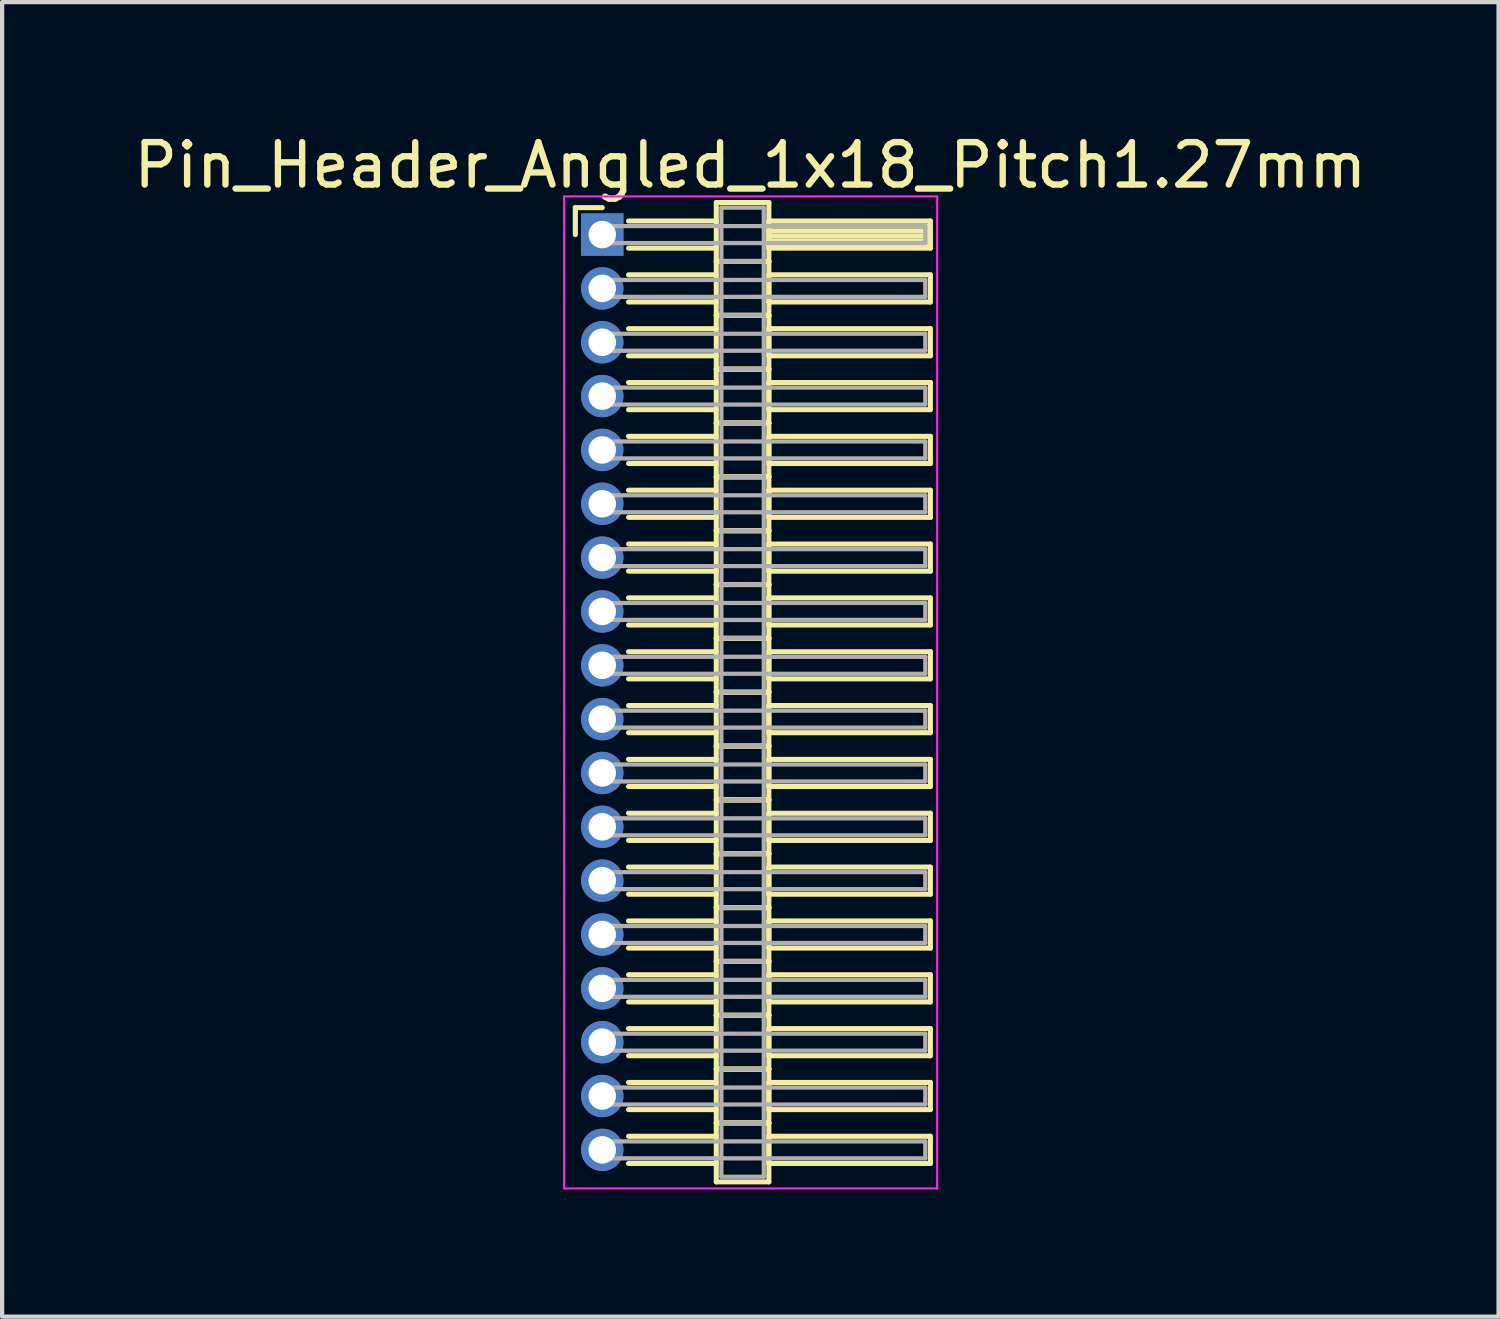
<source format=kicad_pcb>
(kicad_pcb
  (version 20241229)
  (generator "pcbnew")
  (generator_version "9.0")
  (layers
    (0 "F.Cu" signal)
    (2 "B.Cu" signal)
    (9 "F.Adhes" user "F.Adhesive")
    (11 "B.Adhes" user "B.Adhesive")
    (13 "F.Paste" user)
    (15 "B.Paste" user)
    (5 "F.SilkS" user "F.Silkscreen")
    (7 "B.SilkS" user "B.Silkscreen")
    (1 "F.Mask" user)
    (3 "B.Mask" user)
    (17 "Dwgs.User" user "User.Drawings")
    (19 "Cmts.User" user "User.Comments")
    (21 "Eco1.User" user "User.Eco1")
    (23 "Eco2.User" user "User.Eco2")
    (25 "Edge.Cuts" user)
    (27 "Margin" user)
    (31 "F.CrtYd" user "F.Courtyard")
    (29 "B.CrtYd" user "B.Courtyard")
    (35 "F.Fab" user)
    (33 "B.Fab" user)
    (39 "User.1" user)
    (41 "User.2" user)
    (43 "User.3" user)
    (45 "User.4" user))
  (footprint "Pin_Header_Angled_1x18_Pitch1.27mm"
    (layer "F.Cu")
    (at 11.156 2.483)
    (property "Reference" "Pin_Header_Angled_1x18_Pitch1.27mm" (at 3.493 -1.635 0) (layer "F.SilkS") (effects (font (size 1 1) (thickness 0.15))))
    (attr through_hole)
    (fp_line (start -0.635 -0.635) (end 0 -0.635) (stroke (width 0.12) (type solid)) (layer "F.SilkS"))
    (fp_line (start -0.635 0) (end -0.635 -0.635) (stroke (width 0.12) (type solid)) (layer "F.SilkS"))
    (fp_line (start 0.62 -0.32) (end 2.69 -0.32) (stroke (width 0.12) (type solid)) (layer "F.SilkS"))
    (fp_line (start 0.62 0.32) (end 2.69 0.32) (stroke (width 0.12) (type solid)) (layer "F.SilkS"))
    (fp_line (start 0.62 0.95) (end 2.69 0.95) (stroke (width 0.12) (type solid)) (layer "F.SilkS"))
    (fp_line (start 0.62 1.59) (end 2.69 1.59) (stroke (width 0.12) (type solid)) (layer "F.SilkS"))
    (fp_line (start 0.62 2.22) (end 2.69 2.22) (stroke (width 0.12) (type solid)) (layer "F.SilkS"))
    (fp_line (start 0.62 2.86) (end 2.69 2.86) (stroke (width 0.12) (type solid)) (layer "F.SilkS"))
    (fp_line (start 0.62 3.49) (end 2.69 3.49) (stroke (width 0.12) (type solid)) (layer "F.SilkS"))
    (fp_line (start 0.62 4.13) (end 2.69 4.13) (stroke (width 0.12) (type solid)) (layer "F.SilkS"))
    (fp_line (start 0.62 4.76) (end 2.69 4.76) (stroke (width 0.12) (type solid)) (layer "F.SilkS"))
    (fp_line (start 0.62 5.4) (end 2.69 5.4) (stroke (width 0.12) (type solid)) (layer "F.SilkS"))
    (fp_line (start 0.62 6.03) (end 2.69 6.03) (stroke (width 0.12) (type solid)) (layer "F.SilkS"))
    (fp_line (start 0.62 6.67) (end 2.69 6.67) (stroke (width 0.12) (type solid)) (layer "F.SilkS"))
    (fp_line (start 0.62 7.3) (end 2.69 7.3) (stroke (width 0.12) (type solid)) (layer "F.SilkS"))
    (fp_line (start 0.62 7.94) (end 2.69 7.94) (stroke (width 0.12) (type solid)) (layer "F.SilkS"))
    (fp_line (start 0.62 8.57) (end 2.69 8.57) (stroke (width 0.12) (type solid)) (layer "F.SilkS"))
    (fp_line (start 0.62 9.21) (end 2.69 9.21) (stroke (width 0.12) (type solid)) (layer "F.SilkS"))
    (fp_line (start 0.62 9.84) (end 2.69 9.84) (stroke (width 0.12) (type solid)) (layer "F.SilkS"))
    (fp_line (start 0.62 10.48) (end 2.69 10.48) (stroke (width 0.12) (type solid)) (layer "F.SilkS"))
    (fp_line (start 0.62 11.11) (end 2.69 11.11) (stroke (width 0.12) (type solid)) (layer "F.SilkS"))
    (fp_line (start 0.62 11.75) (end 2.69 11.75) (stroke (width 0.12) (type solid)) (layer "F.SilkS"))
    (fp_line (start 0.62 12.38) (end 2.69 12.38) (stroke (width 0.12) (type solid)) (layer "F.SilkS"))
    (fp_line (start 0.62 13.02) (end 2.69 13.02) (stroke (width 0.12) (type solid)) (layer "F.SilkS"))
    (fp_line (start 0.62 13.65) (end 2.69 13.65) (stroke (width 0.12) (type solid)) (layer "F.SilkS"))
    (fp_line (start 0.62 14.29) (end 2.69 14.29) (stroke (width 0.12) (type solid)) (layer "F.SilkS"))
    (fp_line (start 0.62 14.92) (end 2.69 14.92) (stroke (width 0.12) (type solid)) (layer "F.SilkS"))
    (fp_line (start 0.62 15.56) (end 2.69 15.56) (stroke (width 0.12) (type solid)) (layer "F.SilkS"))
    (fp_line (start 0.62 16.19) (end 2.69 16.19) (stroke (width 0.12) (type solid)) (layer "F.SilkS"))
    (fp_line (start 0.62 16.83) (end 2.69 16.83) (stroke (width 0.12) (type solid)) (layer "F.SilkS"))
    (fp_line (start 0.62 17.46) (end 2.69 17.46) (stroke (width 0.12) (type solid)) (layer "F.SilkS"))
    (fp_line (start 0.62 18.1) (end 2.69 18.1) (stroke (width 0.12) (type solid)) (layer "F.SilkS"))
    (fp_line (start 0.62 18.73) (end 2.69 18.73) (stroke (width 0.12) (type solid)) (layer "F.SilkS"))
    (fp_line (start 0.62 19.37) (end 2.69 19.37) (stroke (width 0.12) (type solid)) (layer "F.SilkS"))
    (fp_line (start 0.62 20) (end 2.69 20) (stroke (width 0.12) (type solid)) (layer "F.SilkS"))
    (fp_line (start 0.62 20.64) (end 2.69 20.64) (stroke (width 0.12) (type solid)) (layer "F.SilkS"))
    (fp_line (start 0.62 21.27) (end 2.69 21.27) (stroke (width 0.12) (type solid)) (layer "F.SilkS"))
    (fp_line (start 0.62 21.91) (end 2.69 21.91) (stroke (width 0.12) (type solid)) (layer "F.SilkS"))
    (fp_line (start 2.69 -0.755) (end 2.69 0.635) (stroke (width 0.12) (type solid)) (layer "F.SilkS"))
    (fp_line (start 2.69 0.635) (end 2.69 1.905) (stroke (width 0.12) (type solid)) (layer "F.SilkS"))
    (fp_line (start 2.69 0.635) (end 3.93 0.635) (stroke (width 0.12) (type solid)) (layer "F.SilkS"))
    (fp_line (start 2.69 1.905) (end 2.69 3.175) (stroke (width 0.12) (type solid)) (layer "F.SilkS"))
    (fp_line (start 2.69 1.905) (end 3.93 1.905) (stroke (width 0.12) (type solid)) (layer "F.SilkS"))
    (fp_line (start 2.69 3.175) (end 2.69 4.445) (stroke (width 0.12) (type solid)) (layer "F.SilkS"))
    (fp_line (start 2.69 3.175) (end 3.93 3.175) (stroke (width 0.12) (type solid)) (layer "F.SilkS"))
    (fp_line (start 2.69 4.445) (end 2.69 5.715) (stroke (width 0.12) (type solid)) (layer "F.SilkS"))
    (fp_line (start 2.69 4.445) (end 3.93 4.445) (stroke (width 0.12) (type solid)) (layer "F.SilkS"))
    (fp_line (start 2.69 5.715) (end 2.69 6.985) (stroke (width 0.12) (type solid)) (layer "F.SilkS"))
    (fp_line (start 2.69 5.715) (end 3.93 5.715) (stroke (width 0.12) (type solid)) (layer "F.SilkS"))
    (fp_line (start 2.69 6.985) (end 2.69 8.255) (stroke (width 0.12) (type solid)) (layer "F.SilkS"))
    (fp_line (start 2.69 6.985) (end 3.93 6.985) (stroke (width 0.12) (type solid)) (layer "F.SilkS"))
    (fp_line (start 2.69 8.255) (end 2.69 9.525) (stroke (width 0.12) (type solid)) (layer "F.SilkS"))
    (fp_line (start 2.69 8.255) (end 3.93 8.255) (stroke (width 0.12) (type solid)) (layer "F.SilkS"))
    (fp_line (start 2.69 9.525) (end 2.69 10.795) (stroke (width 0.12) (type solid)) (layer "F.SilkS"))
    (fp_line (start 2.69 9.525) (end 3.93 9.525) (stroke (width 0.12) (type solid)) (layer "F.SilkS"))
    (fp_line (start 2.69 10.795) (end 2.69 12.065) (stroke (width 0.12) (type solid)) (layer "F.SilkS"))
    (fp_line (start 2.69 10.795) (end 3.93 10.795) (stroke (width 0.12) (type solid)) (layer "F.SilkS"))
    (fp_line (start 2.69 12.065) (end 2.69 13.335) (stroke (width 0.12) (type solid)) (layer "F.SilkS"))
    (fp_line (start 2.69 12.065) (end 3.93 12.065) (stroke (width 0.12) (type solid)) (layer "F.SilkS"))
    (fp_line (start 2.69 13.335) (end 2.69 14.605) (stroke (width 0.12) (type solid)) (layer "F.SilkS"))
    (fp_line (start 2.69 13.335) (end 3.93 13.335) (stroke (width 0.12) (type solid)) (layer "F.SilkS"))
    (fp_line (start 2.69 14.605) (end 2.69 15.875) (stroke (width 0.12) (type solid)) (layer "F.SilkS"))
    (fp_line (start 2.69 14.605) (end 3.93 14.605) (stroke (width 0.12) (type solid)) (layer "F.SilkS"))
    (fp_line (start 2.69 15.875) (end 2.69 17.145) (stroke (width 0.12) (type solid)) (layer "F.SilkS"))
    (fp_line (start 2.69 15.875) (end 3.93 15.875) (stroke (width 0.12) (type solid)) (layer "F.SilkS"))
    (fp_line (start 2.69 17.145) (end 2.69 18.415) (stroke (width 0.12) (type solid)) (layer "F.SilkS"))
    (fp_line (start 2.69 17.145) (end 3.93 17.145) (stroke (width 0.12) (type solid)) (layer "F.SilkS"))
    (fp_line (start 2.69 18.415) (end 2.69 19.685) (stroke (width 0.12) (type solid)) (layer "F.SilkS"))
    (fp_line (start 2.69 18.415) (end 3.93 18.415) (stroke (width 0.12) (type solid)) (layer "F.SilkS"))
    (fp_line (start 2.69 19.685) (end 2.69 20.955) (stroke (width 0.12) (type solid)) (layer "F.SilkS"))
    (fp_line (start 2.69 19.685) (end 3.93 19.685) (stroke (width 0.12) (type solid)) (layer "F.SilkS"))
    (fp_line (start 2.69 20.955) (end 2.69 22.345) (stroke (width 0.12) (type solid)) (layer "F.SilkS"))
    (fp_line (start 2.69 20.955) (end 3.93 20.955) (stroke (width 0.12) (type solid)) (layer "F.SilkS"))
    (fp_line (start 2.69 22.345) (end 3.93 22.345) (stroke (width 0.12) (type solid)) (layer "F.SilkS"))
    (fp_line (start 3.93 -0.755) (end 2.69 -0.755) (stroke (width 0.12) (type solid)) (layer "F.SilkS"))
    (fp_line (start 3.93 -0.32) (end 3.93 0.32) (stroke (width 0.12) (type solid)) (layer "F.SilkS"))
    (fp_line (start 3.93 -0.2) (end 7.74 -0.2) (stroke (width 0.12) (type solid)) (layer "F.SilkS"))
    (fp_line (start 3.93 -0.08) (end 7.74 -0.08) (stroke (width 0.12) (type solid)) (layer "F.SilkS"))
    (fp_line (start 3.93 0.04) (end 7.74 0.04) (stroke (width 0.12) (type solid)) (layer "F.SilkS"))
    (fp_line (start 3.93 0.16) (end 7.74 0.16) (stroke (width 0.12) (type solid)) (layer "F.SilkS"))
    (fp_line (start 3.93 0.28) (end 7.74 0.28) (stroke (width 0.12) (type solid)) (layer "F.SilkS"))
    (fp_line (start 3.93 0.32) (end 7.74 0.32) (stroke (width 0.12) (type solid)) (layer "F.SilkS"))
    (fp_line (start 3.93 0.635) (end 2.69 0.635) (stroke (width 0.12) (type solid)) (layer "F.SilkS"))
    (fp_line (start 3.93 0.635) (end 3.93 -0.755) (stroke (width 0.12) (type solid)) (layer "F.SilkS"))
    (fp_line (start 3.93 0.95) (end 3.93 1.59) (stroke (width 0.12) (type solid)) (layer "F.SilkS"))
    (fp_line (start 3.93 1.59) (end 7.74 1.59) (stroke (width 0.12) (type solid)) (layer "F.SilkS"))
    (fp_line (start 3.93 1.905) (end 2.69 1.905) (stroke (width 0.12) (type solid)) (layer "F.SilkS"))
    (fp_line (start 3.93 1.905) (end 3.93 0.635) (stroke (width 0.12) (type solid)) (layer "F.SilkS"))
    (fp_line (start 3.93 2.22) (end 3.93 2.86) (stroke (width 0.12) (type solid)) (layer "F.SilkS"))
    (fp_line (start 3.93 2.86) (end 7.74 2.86) (stroke (width 0.12) (type solid)) (layer "F.SilkS"))
    (fp_line (start 3.93 3.175) (end 2.69 3.175) (stroke (width 0.12) (type solid)) (layer "F.SilkS"))
    (fp_line (start 3.93 3.175) (end 3.93 1.905) (stroke (width 0.12) (type solid)) (layer "F.SilkS"))
    (fp_line (start 3.93 3.49) (end 3.93 4.13) (stroke (width 0.12) (type solid)) (layer "F.SilkS"))
    (fp_line (start 3.93 4.13) (end 7.74 4.13) (stroke (width 0.12) (type solid)) (layer "F.SilkS"))
    (fp_line (start 3.93 4.445) (end 2.69 4.445) (stroke (width 0.12) (type solid)) (layer "F.SilkS"))
    (fp_line (start 3.93 4.445) (end 3.93 3.175) (stroke (width 0.12) (type solid)) (layer "F.SilkS"))
    (fp_line (start 3.93 4.76) (end 3.93 5.4) (stroke (width 0.12) (type solid)) (layer "F.SilkS"))
    (fp_line (start 3.93 5.4) (end 7.74 5.4) (stroke (width 0.12) (type solid)) (layer "F.SilkS"))
    (fp_line (start 3.93 5.715) (end 2.69 5.715) (stroke (width 0.12) (type solid)) (layer "F.SilkS"))
    (fp_line (start 3.93 5.715) (end 3.93 4.445) (stroke (width 0.12) (type solid)) (layer "F.SilkS"))
    (fp_line (start 3.93 6.03) (end 3.93 6.67) (stroke (width 0.12) (type solid)) (layer "F.SilkS"))
    (fp_line (start 3.93 6.67) (end 7.74 6.67) (stroke (width 0.12) (type solid)) (layer "F.SilkS"))
    (fp_line (start 3.93 6.985) (end 2.69 6.985) (stroke (width 0.12) (type solid)) (layer "F.SilkS"))
    (fp_line (start 3.93 6.985) (end 3.93 5.715) (stroke (width 0.12) (type solid)) (layer "F.SilkS"))
    (fp_line (start 3.93 7.3) (end 3.93 7.94) (stroke (width 0.12) (type solid)) (layer "F.SilkS"))
    (fp_line (start 3.93 7.94) (end 7.74 7.94) (stroke (width 0.12) (type solid)) (layer "F.SilkS"))
    (fp_line (start 3.93 8.255) (end 2.69 8.255) (stroke (width 0.12) (type solid)) (layer "F.SilkS"))
    (fp_line (start 3.93 8.255) (end 3.93 6.985) (stroke (width 0.12) (type solid)) (layer "F.SilkS"))
    (fp_line (start 3.93 8.57) (end 3.93 9.21) (stroke (width 0.12) (type solid)) (layer "F.SilkS"))
    (fp_line (start 3.93 9.21) (end 7.74 9.21) (stroke (width 0.12) (type solid)) (layer "F.SilkS"))
    (fp_line (start 3.93 9.525) (end 2.69 9.525) (stroke (width 0.12) (type solid)) (layer "F.SilkS"))
    (fp_line (start 3.93 9.525) (end 3.93 8.255) (stroke (width 0.12) (type solid)) (layer "F.SilkS"))
    (fp_line (start 3.93 9.84) (end 3.93 10.48) (stroke (width 0.12) (type solid)) (layer "F.SilkS"))
    (fp_line (start 3.93 10.48) (end 7.74 10.48) (stroke (width 0.12) (type solid)) (layer "F.SilkS"))
    (fp_line (start 3.93 10.795) (end 2.69 10.795) (stroke (width 0.12) (type solid)) (layer "F.SilkS"))
    (fp_line (start 3.93 10.795) (end 3.93 9.525) (stroke (width 0.12) (type solid)) (layer "F.SilkS"))
    (fp_line (start 3.93 11.11) (end 3.93 11.75) (stroke (width 0.12) (type solid)) (layer "F.SilkS"))
    (fp_line (start 3.93 11.75) (end 7.74 11.75) (stroke (width 0.12) (type solid)) (layer "F.SilkS"))
    (fp_line (start 3.93 12.065) (end 2.69 12.065) (stroke (width 0.12) (type solid)) (layer "F.SilkS"))
    (fp_line (start 3.93 12.065) (end 3.93 10.795) (stroke (width 0.12) (type solid)) (layer "F.SilkS"))
    (fp_line (start 3.93 12.38) (end 3.93 13.02) (stroke (width 0.12) (type solid)) (layer "F.SilkS"))
    (fp_line (start 3.93 13.02) (end 7.74 13.02) (stroke (width 0.12) (type solid)) (layer "F.SilkS"))
    (fp_line (start 3.93 13.335) (end 2.69 13.335) (stroke (width 0.12) (type solid)) (layer "F.SilkS"))
    (fp_line (start 3.93 13.335) (end 3.93 12.065) (stroke (width 0.12) (type solid)) (layer "F.SilkS"))
    (fp_line (start 3.93 13.65) (end 3.93 14.29) (stroke (width 0.12) (type solid)) (layer "F.SilkS"))
    (fp_line (start 3.93 14.29) (end 7.74 14.29) (stroke (width 0.12) (type solid)) (layer "F.SilkS"))
    (fp_line (start 3.93 14.605) (end 2.69 14.605) (stroke (width 0.12) (type solid)) (layer "F.SilkS"))
    (fp_line (start 3.93 14.605) (end 3.93 13.335) (stroke (width 0.12) (type solid)) (layer "F.SilkS"))
    (fp_line (start 3.93 14.92) (end 3.93 15.56) (stroke (width 0.12) (type solid)) (layer "F.SilkS"))
    (fp_line (start 3.93 15.56) (end 7.74 15.56) (stroke (width 0.12) (type solid)) (layer "F.SilkS"))
    (fp_line (start 3.93 15.875) (end 2.69 15.875) (stroke (width 0.12) (type solid)) (layer "F.SilkS"))
    (fp_line (start 3.93 15.875) (end 3.93 14.605) (stroke (width 0.12) (type solid)) (layer "F.SilkS"))
    (fp_line (start 3.93 16.19) (end 3.93 16.83) (stroke (width 0.12) (type solid)) (layer "F.SilkS"))
    (fp_line (start 3.93 16.83) (end 7.74 16.83) (stroke (width 0.12) (type solid)) (layer "F.SilkS"))
    (fp_line (start 3.93 17.145) (end 2.69 17.145) (stroke (width 0.12) (type solid)) (layer "F.SilkS"))
    (fp_line (start 3.93 17.145) (end 3.93 15.875) (stroke (width 0.12) (type solid)) (layer "F.SilkS"))
    (fp_line (start 3.93 17.46) (end 3.93 18.1) (stroke (width 0.12) (type solid)) (layer "F.SilkS"))
    (fp_line (start 3.93 18.1) (end 7.74 18.1) (stroke (width 0.12) (type solid)) (layer "F.SilkS"))
    (fp_line (start 3.93 18.415) (end 2.69 18.415) (stroke (width 0.12) (type solid)) (layer "F.SilkS"))
    (fp_line (start 3.93 18.415) (end 3.93 17.145) (stroke (width 0.12) (type solid)) (layer "F.SilkS"))
    (fp_line (start 3.93 18.73) (end 3.93 19.37) (stroke (width 0.12) (type solid)) (layer "F.SilkS"))
    (fp_line (start 3.93 19.37) (end 7.74 19.37) (stroke (width 0.12) (type solid)) (layer "F.SilkS"))
    (fp_line (start 3.93 19.685) (end 2.69 19.685) (stroke (width 0.12) (type solid)) (layer "F.SilkS"))
    (fp_line (start 3.93 19.685) (end 3.93 18.415) (stroke (width 0.12) (type solid)) (layer "F.SilkS"))
    (fp_line (start 3.93 20) (end 3.93 20.64) (stroke (width 0.12) (type solid)) (layer "F.SilkS"))
    (fp_line (start 3.93 20.64) (end 7.74 20.64) (stroke (width 0.12) (type solid)) (layer "F.SilkS"))
    (fp_line (start 3.93 20.955) (end 2.69 20.955) (stroke (width 0.12) (type solid)) (layer "F.SilkS"))
    (fp_line (start 3.93 20.955) (end 3.93 19.685) (stroke (width 0.12) (type solid)) (layer "F.SilkS"))
    (fp_line (start 3.93 21.27) (end 3.93 21.91) (stroke (width 0.12) (type solid)) (layer "F.SilkS"))
    (fp_line (start 3.93 21.91) (end 7.74 21.91) (stroke (width 0.12) (type solid)) (layer "F.SilkS"))
    (fp_line (start 3.93 22.345) (end 3.93 20.955) (stroke (width 0.12) (type solid)) (layer "F.SilkS"))
    (fp_line (start 7.74 -0.32) (end 3.93 -0.32) (stroke (width 0.12) (type solid)) (layer "F.SilkS"))
    (fp_line (start 7.74 0.32) (end 7.74 -0.32) (stroke (width 0.12) (type solid)) (layer "F.SilkS"))
    (fp_line (start 7.74 0.95) (end 3.93 0.95) (stroke (width 0.12) (type solid)) (layer "F.SilkS"))
    (fp_line (start 7.74 1.59) (end 7.74 0.95) (stroke (width 0.12) (type solid)) (layer "F.SilkS"))
    (fp_line (start 7.74 2.22) (end 3.93 2.22) (stroke (width 0.12) (type solid)) (layer "F.SilkS"))
    (fp_line (start 7.74 2.86) (end 7.74 2.22) (stroke (width 0.12) (type solid)) (layer "F.SilkS"))
    (fp_line (start 7.74 3.49) (end 3.93 3.49) (stroke (width 0.12) (type solid)) (layer "F.SilkS"))
    (fp_line (start 7.74 4.13) (end 7.74 3.49) (stroke (width 0.12) (type solid)) (layer "F.SilkS"))
    (fp_line (start 7.74 4.76) (end 3.93 4.76) (stroke (width 0.12) (type solid)) (layer "F.SilkS"))
    (fp_line (start 7.74 5.4) (end 7.74 4.76) (stroke (width 0.12) (type solid)) (layer "F.SilkS"))
    (fp_line (start 7.74 6.03) (end 3.93 6.03) (stroke (width 0.12) (type solid)) (layer "F.SilkS"))
    (fp_line (start 7.74 6.67) (end 7.74 6.03) (stroke (width 0.12) (type solid)) (layer "F.SilkS"))
    (fp_line (start 7.74 7.3) (end 3.93 7.3) (stroke (width 0.12) (type solid)) (layer "F.SilkS"))
    (fp_line (start 7.74 7.94) (end 7.74 7.3) (stroke (width 0.12) (type solid)) (layer "F.SilkS"))
    (fp_line (start 7.74 8.57) (end 3.93 8.57) (stroke (width 0.12) (type solid)) (layer "F.SilkS"))
    (fp_line (start 7.74 9.21) (end 7.74 8.57) (stroke (width 0.12) (type solid)) (layer "F.SilkS"))
    (fp_line (start 7.74 9.84) (end 3.93 9.84) (stroke (width 0.12) (type solid)) (layer "F.SilkS"))
    (fp_line (start 7.74 10.48) (end 7.74 9.84) (stroke (width 0.12) (type solid)) (layer "F.SilkS"))
    (fp_line (start 7.74 11.11) (end 3.93 11.11) (stroke (width 0.12) (type solid)) (layer "F.SilkS"))
    (fp_line (start 7.74 11.75) (end 7.74 11.11) (stroke (width 0.12) (type solid)) (layer "F.SilkS"))
    (fp_line (start 7.74 12.38) (end 3.93 12.38) (stroke (width 0.12) (type solid)) (layer "F.SilkS"))
    (fp_line (start 7.74 13.02) (end 7.74 12.38) (stroke (width 0.12) (type solid)) (layer "F.SilkS"))
    (fp_line (start 7.74 13.65) (end 3.93 13.65) (stroke (width 0.12) (type solid)) (layer "F.SilkS"))
    (fp_line (start 7.74 14.29) (end 7.74 13.65) (stroke (width 0.12) (type solid)) (layer "F.SilkS"))
    (fp_line (start 7.74 14.92) (end 3.93 14.92) (stroke (width 0.12) (type solid)) (layer "F.SilkS"))
    (fp_line (start 7.74 15.56) (end 7.74 14.92) (stroke (width 0.12) (type solid)) (layer "F.SilkS"))
    (fp_line (start 7.74 16.19) (end 3.93 16.19) (stroke (width 0.12) (type solid)) (layer "F.SilkS"))
    (fp_line (start 7.74 16.83) (end 7.74 16.19) (stroke (width 0.12) (type solid)) (layer "F.SilkS"))
    (fp_line (start 7.74 17.46) (end 3.93 17.46) (stroke (width 0.12) (type solid)) (layer "F.SilkS"))
    (fp_line (start 7.74 18.1) (end 7.74 17.46) (stroke (width 0.12) (type solid)) (layer "F.SilkS"))
    (fp_line (start 7.74 18.73) (end 3.93 18.73) (stroke (width 0.12) (type solid)) (layer "F.SilkS"))
    (fp_line (start 7.74 19.37) (end 7.74 18.73) (stroke (width 0.12) (type solid)) (layer "F.SilkS"))
    (fp_line (start 7.74 20) (end 3.93 20) (stroke (width 0.12) (type solid)) (layer "F.SilkS"))
    (fp_line (start 7.74 20.64) (end 7.74 20) (stroke (width 0.12) (type solid)) (layer "F.SilkS"))
    (fp_line (start 7.74 21.27) (end 3.93 21.27) (stroke (width 0.12) (type solid)) (layer "F.SilkS"))
    (fp_line (start 7.74 21.91) (end 7.74 21.27) (stroke (width 0.12) (type solid)) (layer "F.SilkS"))
    (fp_line (start -0.9 -0.9) (end -0.9 22.5) (stroke (width 0.05) (type solid)) (layer "F.CrtYd"))
    (fp_line (start -0.9 22.5) (end 7.9 22.5) (stroke (width 0.05) (type solid)) (layer "F.CrtYd"))
    (fp_line (start 7.9 -0.9) (end -0.9 -0.9) (stroke (width 0.05) (type solid)) (layer "F.CrtYd"))
    (fp_line (start 7.9 22.5) (end 7.9 -0.9) (stroke (width 0.05) (type solid)) (layer "F.CrtYd"))
    (fp_line (start 0 -0.2) (end 0 0.2) (stroke (width 0.1) (type solid)) (layer "F.Fab"))
    (fp_line (start 0 0.2) (end 7.62 0.2) (stroke (width 0.1) (type solid)) (layer "F.Fab"))
    (fp_line (start 0 1.07) (end 0 1.47) (stroke (width 0.1) (type solid)) (layer "F.Fab"))
    (fp_line (start 0 1.47) (end 7.62 1.47) (stroke (width 0.1) (type solid)) (layer "F.Fab"))
    (fp_line (start 0 2.34) (end 0 2.74) (stroke (width 0.1) (type solid)) (layer "F.Fab"))
    (fp_line (start 0 2.74) (end 7.62 2.74) (stroke (width 0.1) (type solid)) (layer "F.Fab"))
    (fp_line (start 0 3.61) (end 0 4.01) (stroke (width 0.1) (type solid)) (layer "F.Fab"))
    (fp_line (start 0 4.01) (end 7.62 4.01) (stroke (width 0.1) (type solid)) (layer "F.Fab"))
    (fp_line (start 0 4.88) (end 0 5.28) (stroke (width 0.1) (type solid)) (layer "F.Fab"))
    (fp_line (start 0 5.28) (end 7.62 5.28) (stroke (width 0.1) (type solid)) (layer "F.Fab"))
    (fp_line (start 0 6.15) (end 0 6.55) (stroke (width 0.1) (type solid)) (layer "F.Fab"))
    (fp_line (start 0 6.55) (end 7.62 6.55) (stroke (width 0.1) (type solid)) (layer "F.Fab"))
    (fp_line (start 0 7.42) (end 0 7.82) (stroke (width 0.1) (type solid)) (layer "F.Fab"))
    (fp_line (start 0 7.82) (end 7.62 7.82) (stroke (width 0.1) (type solid)) (layer "F.Fab"))
    (fp_line (start 0 8.69) (end 0 9.09) (stroke (width 0.1) (type solid)) (layer "F.Fab"))
    (fp_line (start 0 9.09) (end 7.62 9.09) (stroke (width 0.1) (type solid)) (layer "F.Fab"))
    (fp_line (start 0 9.96) (end 0 10.36) (stroke (width 0.1) (type solid)) (layer "F.Fab"))
    (fp_line (start 0 10.36) (end 7.62 10.36) (stroke (width 0.1) (type solid)) (layer "F.Fab"))
    (fp_line (start 0 11.23) (end 0 11.63) (stroke (width 0.1) (type solid)) (layer "F.Fab"))
    (fp_line (start 0 11.63) (end 7.62 11.63) (stroke (width 0.1) (type solid)) (layer "F.Fab"))
    (fp_line (start 0 12.5) (end 0 12.9) (stroke (width 0.1) (type solid)) (layer "F.Fab"))
    (fp_line (start 0 12.9) (end 7.62 12.9) (stroke (width 0.1) (type solid)) (layer "F.Fab"))
    (fp_line (start 0 13.77) (end 0 14.17) (stroke (width 0.1) (type solid)) (layer "F.Fab"))
    (fp_line (start 0 14.17) (end 7.62 14.17) (stroke (width 0.1) (type solid)) (layer "F.Fab"))
    (fp_line (start 0 15.04) (end 0 15.44) (stroke (width 0.1) (type solid)) (layer "F.Fab"))
    (fp_line (start 0 15.44) (end 7.62 15.44) (stroke (width 0.1) (type solid)) (layer "F.Fab"))
    (fp_line (start 0 16.31) (end 0 16.71) (stroke (width 0.1) (type solid)) (layer "F.Fab"))
    (fp_line (start 0 16.71) (end 7.62 16.71) (stroke (width 0.1) (type solid)) (layer "F.Fab"))
    (fp_line (start 0 17.58) (end 0 17.98) (stroke (width 0.1) (type solid)) (layer "F.Fab"))
    (fp_line (start 0 17.98) (end 7.62 17.98) (stroke (width 0.1) (type solid)) (layer "F.Fab"))
    (fp_line (start 0 18.85) (end 0 19.25) (stroke (width 0.1) (type solid)) (layer "F.Fab"))
    (fp_line (start 0 19.25) (end 7.62 19.25) (stroke (width 0.1) (type solid)) (layer "F.Fab"))
    (fp_line (start 0 20.12) (end 0 20.52) (stroke (width 0.1) (type solid)) (layer "F.Fab"))
    (fp_line (start 0 20.52) (end 7.62 20.52) (stroke (width 0.1) (type solid)) (layer "F.Fab"))
    (fp_line (start 0 21.39) (end 0 21.79) (stroke (width 0.1) (type solid)) (layer "F.Fab"))
    (fp_line (start 0 21.79) (end 7.62 21.79) (stroke (width 0.1) (type solid)) (layer "F.Fab"))
    (fp_line (start 2.81 -0.635) (end 2.81 0.635) (stroke (width 0.1) (type solid)) (layer "F.Fab"))
    (fp_line (start 2.81 0.635) (end 2.81 1.905) (stroke (width 0.1) (type solid)) (layer "F.Fab"))
    (fp_line (start 2.81 0.635) (end 3.81 0.635) (stroke (width 0.1) (type solid)) (layer "F.Fab"))
    (fp_line (start 2.81 1.905) (end 2.81 3.175) (stroke (width 0.1) (type solid)) (layer "F.Fab"))
    (fp_line (start 2.81 1.905) (end 3.81 1.905) (stroke (width 0.1) (type solid)) (layer "F.Fab"))
    (fp_line (start 2.81 3.175) (end 2.81 4.445) (stroke (width 0.1) (type solid)) (layer "F.Fab"))
    (fp_line (start 2.81 3.175) (end 3.81 3.175) (stroke (width 0.1) (type solid)) (layer "F.Fab"))
    (fp_line (start 2.81 4.445) (end 2.81 5.715) (stroke (width 0.1) (type solid)) (layer "F.Fab"))
    (fp_line (start 2.81 4.445) (end 3.81 4.445) (stroke (width 0.1) (type solid)) (layer "F.Fab"))
    (fp_line (start 2.81 5.715) (end 2.81 6.985) (stroke (width 0.1) (type solid)) (layer "F.Fab"))
    (fp_line (start 2.81 5.715) (end 3.81 5.715) (stroke (width 0.1) (type solid)) (layer "F.Fab"))
    (fp_line (start 2.81 6.985) (end 2.81 8.255) (stroke (width 0.1) (type solid)) (layer "F.Fab"))
    (fp_line (start 2.81 6.985) (end 3.81 6.985) (stroke (width 0.1) (type solid)) (layer "F.Fab"))
    (fp_line (start 2.81 8.255) (end 2.81 9.525) (stroke (width 0.1) (type solid)) (layer "F.Fab"))
    (fp_line (start 2.81 8.255) (end 3.81 8.255) (stroke (width 0.1) (type solid)) (layer "F.Fab"))
    (fp_line (start 2.81 9.525) (end 2.81 10.795) (stroke (width 0.1) (type solid)) (layer "F.Fab"))
    (fp_line (start 2.81 9.525) (end 3.81 9.525) (stroke (width 0.1) (type solid)) (layer "F.Fab"))
    (fp_line (start 2.81 10.795) (end 2.81 12.065) (stroke (width 0.1) (type solid)) (layer "F.Fab"))
    (fp_line (start 2.81 10.795) (end 3.81 10.795) (stroke (width 0.1) (type solid)) (layer "F.Fab"))
    (fp_line (start 2.81 12.065) (end 2.81 13.335) (stroke (width 0.1) (type solid)) (layer "F.Fab"))
    (fp_line (start 2.81 12.065) (end 3.81 12.065) (stroke (width 0.1) (type solid)) (layer "F.Fab"))
    (fp_line (start 2.81 13.335) (end 2.81 14.605) (stroke (width 0.1) (type solid)) (layer "F.Fab"))
    (fp_line (start 2.81 13.335) (end 3.81 13.335) (stroke (width 0.1) (type solid)) (layer "F.Fab"))
    (fp_line (start 2.81 14.605) (end 2.81 15.875) (stroke (width 0.1) (type solid)) (layer "F.Fab"))
    (fp_line (start 2.81 14.605) (end 3.81 14.605) (stroke (width 0.1) (type solid)) (layer "F.Fab"))
    (fp_line (start 2.81 15.875) (end 2.81 17.145) (stroke (width 0.1) (type solid)) (layer "F.Fab"))
    (fp_line (start 2.81 15.875) (end 3.81 15.875) (stroke (width 0.1) (type solid)) (layer "F.Fab"))
    (fp_line (start 2.81 17.145) (end 2.81 18.415) (stroke (width 0.1) (type solid)) (layer "F.Fab"))
    (fp_line (start 2.81 17.145) (end 3.81 17.145) (stroke (width 0.1) (type solid)) (layer "F.Fab"))
    (fp_line (start 2.81 18.415) (end 2.81 19.685) (stroke (width 0.1) (type solid)) (layer "F.Fab"))
    (fp_line (start 2.81 18.415) (end 3.81 18.415) (stroke (width 0.1) (type solid)) (layer "F.Fab"))
    (fp_line (start 2.81 19.685) (end 2.81 20.955) (stroke (width 0.1) (type solid)) (layer "F.Fab"))
    (fp_line (start 2.81 19.685) (end 3.81 19.685) (stroke (width 0.1) (type solid)) (layer "F.Fab"))
    (fp_line (start 2.81 20.955) (end 2.81 22.225) (stroke (width 0.1) (type solid)) (layer "F.Fab"))
    (fp_line (start 2.81 20.955) (end 3.81 20.955) (stroke (width 0.1) (type solid)) (layer "F.Fab"))
    (fp_line (start 2.81 22.225) (end 3.81 22.225) (stroke (width 0.1) (type solid)) (layer "F.Fab"))
    (fp_line (start 3.81 -0.635) (end 2.81 -0.635) (stroke (width 0.1) (type solid)) (layer "F.Fab"))
    (fp_line (start 3.81 0.635) (end 2.81 0.635) (stroke (width 0.1) (type solid)) (layer "F.Fab"))
    (fp_line (start 3.81 0.635) (end 3.81 -0.635) (stroke (width 0.1) (type solid)) (layer "F.Fab"))
    (fp_line (start 3.81 1.905) (end 2.81 1.905) (stroke (width 0.1) (type solid)) (layer "F.Fab"))
    (fp_line (start 3.81 1.905) (end 3.81 0.635) (stroke (width 0.1) (type solid)) (layer "F.Fab"))
    (fp_line (start 3.81 3.175) (end 2.81 3.175) (stroke (width 0.1) (type solid)) (layer "F.Fab"))
    (fp_line (start 3.81 3.175) (end 3.81 1.905) (stroke (width 0.1) (type solid)) (layer "F.Fab"))
    (fp_line (start 3.81 4.445) (end 2.81 4.445) (stroke (width 0.1) (type solid)) (layer "F.Fab"))
    (fp_line (start 3.81 4.445) (end 3.81 3.175) (stroke (width 0.1) (type solid)) (layer "F.Fab"))
    (fp_line (start 3.81 5.715) (end 2.81 5.715) (stroke (width 0.1) (type solid)) (layer "F.Fab"))
    (fp_line (start 3.81 5.715) (end 3.81 4.445) (stroke (width 0.1) (type solid)) (layer "F.Fab"))
    (fp_line (start 3.81 6.985) (end 2.81 6.985) (stroke (width 0.1) (type solid)) (layer "F.Fab"))
    (fp_line (start 3.81 6.985) (end 3.81 5.715) (stroke (width 0.1) (type solid)) (layer "F.Fab"))
    (fp_line (start 3.81 8.255) (end 2.81 8.255) (stroke (width 0.1) (type solid)) (layer "F.Fab"))
    (fp_line (start 3.81 8.255) (end 3.81 6.985) (stroke (width 0.1) (type solid)) (layer "F.Fab"))
    (fp_line (start 3.81 9.525) (end 2.81 9.525) (stroke (width 0.1) (type solid)) (layer "F.Fab"))
    (fp_line (start 3.81 9.525) (end 3.81 8.255) (stroke (width 0.1) (type solid)) (layer "F.Fab"))
    (fp_line (start 3.81 10.795) (end 2.81 10.795) (stroke (width 0.1) (type solid)) (layer "F.Fab"))
    (fp_line (start 3.81 10.795) (end 3.81 9.525) (stroke (width 0.1) (type solid)) (layer "F.Fab"))
    (fp_line (start 3.81 12.065) (end 2.81 12.065) (stroke (width 0.1) (type solid)) (layer "F.Fab"))
    (fp_line (start 3.81 12.065) (end 3.81 10.795) (stroke (width 0.1) (type solid)) (layer "F.Fab"))
    (fp_line (start 3.81 13.335) (end 2.81 13.335) (stroke (width 0.1) (type solid)) (layer "F.Fab"))
    (fp_line (start 3.81 13.335) (end 3.81 12.065) (stroke (width 0.1) (type solid)) (layer "F.Fab"))
    (fp_line (start 3.81 14.605) (end 2.81 14.605) (stroke (width 0.1) (type solid)) (layer "F.Fab"))
    (fp_line (start 3.81 14.605) (end 3.81 13.335) (stroke (width 0.1) (type solid)) (layer "F.Fab"))
    (fp_line (start 3.81 15.875) (end 2.81 15.875) (stroke (width 0.1) (type solid)) (layer "F.Fab"))
    (fp_line (start 3.81 15.875) (end 3.81 14.605) (stroke (width 0.1) (type solid)) (layer "F.Fab"))
    (fp_line (start 3.81 17.145) (end 2.81 17.145) (stroke (width 0.1) (type solid)) (layer "F.Fab"))
    (fp_line (start 3.81 17.145) (end 3.81 15.875) (stroke (width 0.1) (type solid)) (layer "F.Fab"))
    (fp_line (start 3.81 18.415) (end 2.81 18.415) (stroke (width 0.1) (type solid)) (layer "F.Fab"))
    (fp_line (start 3.81 18.415) (end 3.81 17.145) (stroke (width 0.1) (type solid)) (layer "F.Fab"))
    (fp_line (start 3.81 19.685) (end 2.81 19.685) (stroke (width 0.1) (type solid)) (layer "F.Fab"))
    (fp_line (start 3.81 19.685) (end 3.81 18.415) (stroke (width 0.1) (type solid)) (layer "F.Fab"))
    (fp_line (start 3.81 20.955) (end 2.81 20.955) (stroke (width 0.1) (type solid)) (layer "F.Fab"))
    (fp_line (start 3.81 20.955) (end 3.81 19.685) (stroke (width 0.1) (type solid)) (layer "F.Fab"))
    (fp_line (start 3.81 22.225) (end 3.81 20.955) (stroke (width 0.1) (type solid)) (layer "F.Fab"))
    (fp_line (start 7.62 -0.2) (end 0 -0.2) (stroke (width 0.1) (type solid)) (layer "F.Fab"))
    (fp_line (start 7.62 0.2) (end 7.62 -0.2) (stroke (width 0.1) (type solid)) (layer "F.Fab"))
    (fp_line (start 7.62 1.07) (end 0 1.07) (stroke (width 0.1) (type solid)) (layer "F.Fab"))
    (fp_line (start 7.62 1.47) (end 7.62 1.07) (stroke (width 0.1) (type solid)) (layer "F.Fab"))
    (fp_line (start 7.62 2.34) (end 0 2.34) (stroke (width 0.1) (type solid)) (layer "F.Fab"))
    (fp_line (start 7.62 2.74) (end 7.62 2.34) (stroke (width 0.1) (type solid)) (layer "F.Fab"))
    (fp_line (start 7.62 3.61) (end 0 3.61) (stroke (width 0.1) (type solid)) (layer "F.Fab"))
    (fp_line (start 7.62 4.01) (end 7.62 3.61) (stroke (width 0.1) (type solid)) (layer "F.Fab"))
    (fp_line (start 7.62 4.88) (end 0 4.88) (stroke (width 0.1) (type solid)) (layer "F.Fab"))
    (fp_line (start 7.62 5.28) (end 7.62 4.88) (stroke (width 0.1) (type solid)) (layer "F.Fab"))
    (fp_line (start 7.62 6.15) (end 0 6.15) (stroke (width 0.1) (type solid)) (layer "F.Fab"))
    (fp_line (start 7.62 6.55) (end 7.62 6.15) (stroke (width 0.1) (type solid)) (layer "F.Fab"))
    (fp_line (start 7.62 7.42) (end 0 7.42) (stroke (width 0.1) (type solid)) (layer "F.Fab"))
    (fp_line (start 7.62 7.82) (end 7.62 7.42) (stroke (width 0.1) (type solid)) (layer "F.Fab"))
    (fp_line (start 7.62 8.69) (end 0 8.69) (stroke (width 0.1) (type solid)) (layer "F.Fab"))
    (fp_line (start 7.62 9.09) (end 7.62 8.69) (stroke (width 0.1) (type solid)) (layer "F.Fab"))
    (fp_line (start 7.62 9.96) (end 0 9.96) (stroke (width 0.1) (type solid)) (layer "F.Fab"))
    (fp_line (start 7.62 10.36) (end 7.62 9.96) (stroke (width 0.1) (type solid)) (layer "F.Fab"))
    (fp_line (start 7.62 11.23) (end 0 11.23) (stroke (width 0.1) (type solid)) (layer "F.Fab"))
    (fp_line (start 7.62 11.63) (end 7.62 11.23) (stroke (width 0.1) (type solid)) (layer "F.Fab"))
    (fp_line (start 7.62 12.5) (end 0 12.5) (stroke (width 0.1) (type solid)) (layer "F.Fab"))
    (fp_line (start 7.62 12.9) (end 7.62 12.5) (stroke (width 0.1) (type solid)) (layer "F.Fab"))
    (fp_line (start 7.62 13.77) (end 0 13.77) (stroke (width 0.1) (type solid)) (layer "F.Fab"))
    (fp_line (start 7.62 14.17) (end 7.62 13.77) (stroke (width 0.1) (type solid)) (layer "F.Fab"))
    (fp_line (start 7.62 15.04) (end 0 15.04) (stroke (width 0.1) (type solid)) (layer "F.Fab"))
    (fp_line (start 7.62 15.44) (end 7.62 15.04) (stroke (width 0.1) (type solid)) (layer "F.Fab"))
    (fp_line (start 7.62 16.31) (end 0 16.31) (stroke (width 0.1) (type solid)) (layer "F.Fab"))
    (fp_line (start 7.62 16.71) (end 7.62 16.31) (stroke (width 0.1) (type solid)) (layer "F.Fab"))
    (fp_line (start 7.62 17.58) (end 0 17.58) (stroke (width 0.1) (type solid)) (layer "F.Fab"))
    (fp_line (start 7.62 17.98) (end 7.62 17.58) (stroke (width 0.1) (type solid)) (layer "F.Fab"))
    (fp_line (start 7.62 18.85) (end 0 18.85) (stroke (width 0.1) (type solid)) (layer "F.Fab"))
    (fp_line (start 7.62 19.25) (end 7.62 18.85) (stroke (width 0.1) (type solid)) (layer "F.Fab"))
    (fp_line (start 7.62 20.12) (end 0 20.12) (stroke (width 0.1) (type solid)) (layer "F.Fab"))
    (fp_line (start 7.62 20.52) (end 7.62 20.12) (stroke (width 0.1) (type solid)) (layer "F.Fab"))
    (fp_line (start 7.62 21.39) (end 0 21.39) (stroke (width 0.1) (type solid)) (layer "F.Fab"))
    (fp_line (start 7.62 21.79) (end 7.62 21.39) (stroke (width 0.1) (type solid)) (layer "F.Fab"))
    (pad "1" thru_hole rect (at 0 0) (size 1 1) (drill 0.65) (layers "*.Cu" "*.Mask"))
    (pad "2" thru_hole oval (at 0 1.27) (size 1 1) (drill 0.65) (layers "*.Cu" "*.Mask"))
    (pad "3" thru_hole oval (at 0 2.54) (size 1 1) (drill 0.65) (layers "*.Cu" "*.Mask"))
    (pad "4" thru_hole oval (at 0 3.81) (size 1 1) (drill 0.65) (layers "*.Cu" "*.Mask"))
    (pad "5" thru_hole oval (at 0 5.08) (size 1 1) (drill 0.65) (layers "*.Cu" "*.Mask"))
    (pad "6" thru_hole oval (at 0 6.35) (size 1 1) (drill 0.65) (layers "*.Cu" "*.Mask"))
    (pad "7" thru_hole oval (at 0 7.62) (size 1 1) (drill 0.65) (layers "*.Cu" "*.Mask"))
    (pad "8" thru_hole oval (at 0 8.89) (size 1 1) (drill 0.65) (layers "*.Cu" "*.Mask"))
    (pad "9" thru_hole oval (at 0 10.16) (size 1 1) (drill 0.65) (layers "*.Cu" "*.Mask"))
    (pad "10" thru_hole oval (at 0 11.43) (size 1 1) (drill 0.65) (layers "*.Cu" "*.Mask"))
    (pad "11" thru_hole oval (at 0 12.7) (size 1 1) (drill 0.65) (layers "*.Cu" "*.Mask"))
    (pad "12" thru_hole oval (at 0 13.97) (size 1 1) (drill 0.65) (layers "*.Cu" "*.Mask"))
    (pad "13" thru_hole oval (at 0 15.24) (size 1 1) (drill 0.65) (layers "*.Cu" "*.Mask"))
    (pad "14" thru_hole oval (at 0 16.51) (size 1 1) (drill 0.65) (layers "*.Cu" "*.Mask"))
    (pad "15" thru_hole oval (at 0 17.78) (size 1 1) (drill 0.65) (layers "*.Cu" "*.Mask"))
    (pad "16" thru_hole oval (at 0 19.05) (size 1 1) (drill 0.65) (layers "*.Cu" "*.Mask"))
    (pad "17" thru_hole oval (at 0 20.32) (size 1 1) (drill 0.65) (layers "*.Cu" "*.Mask"))
    (pad "18" thru_hole oval (at 0 21.59) (size 1 1) (drill 0.65) (layers "*.Cu" "*.Mask")))
  (gr_rect
    (start -3 -3)
    (end 32.298 28.008)
    (stroke (width 0.1) (type default))
    (fill no)
    (layer "Edge.Cuts")))
</source>
